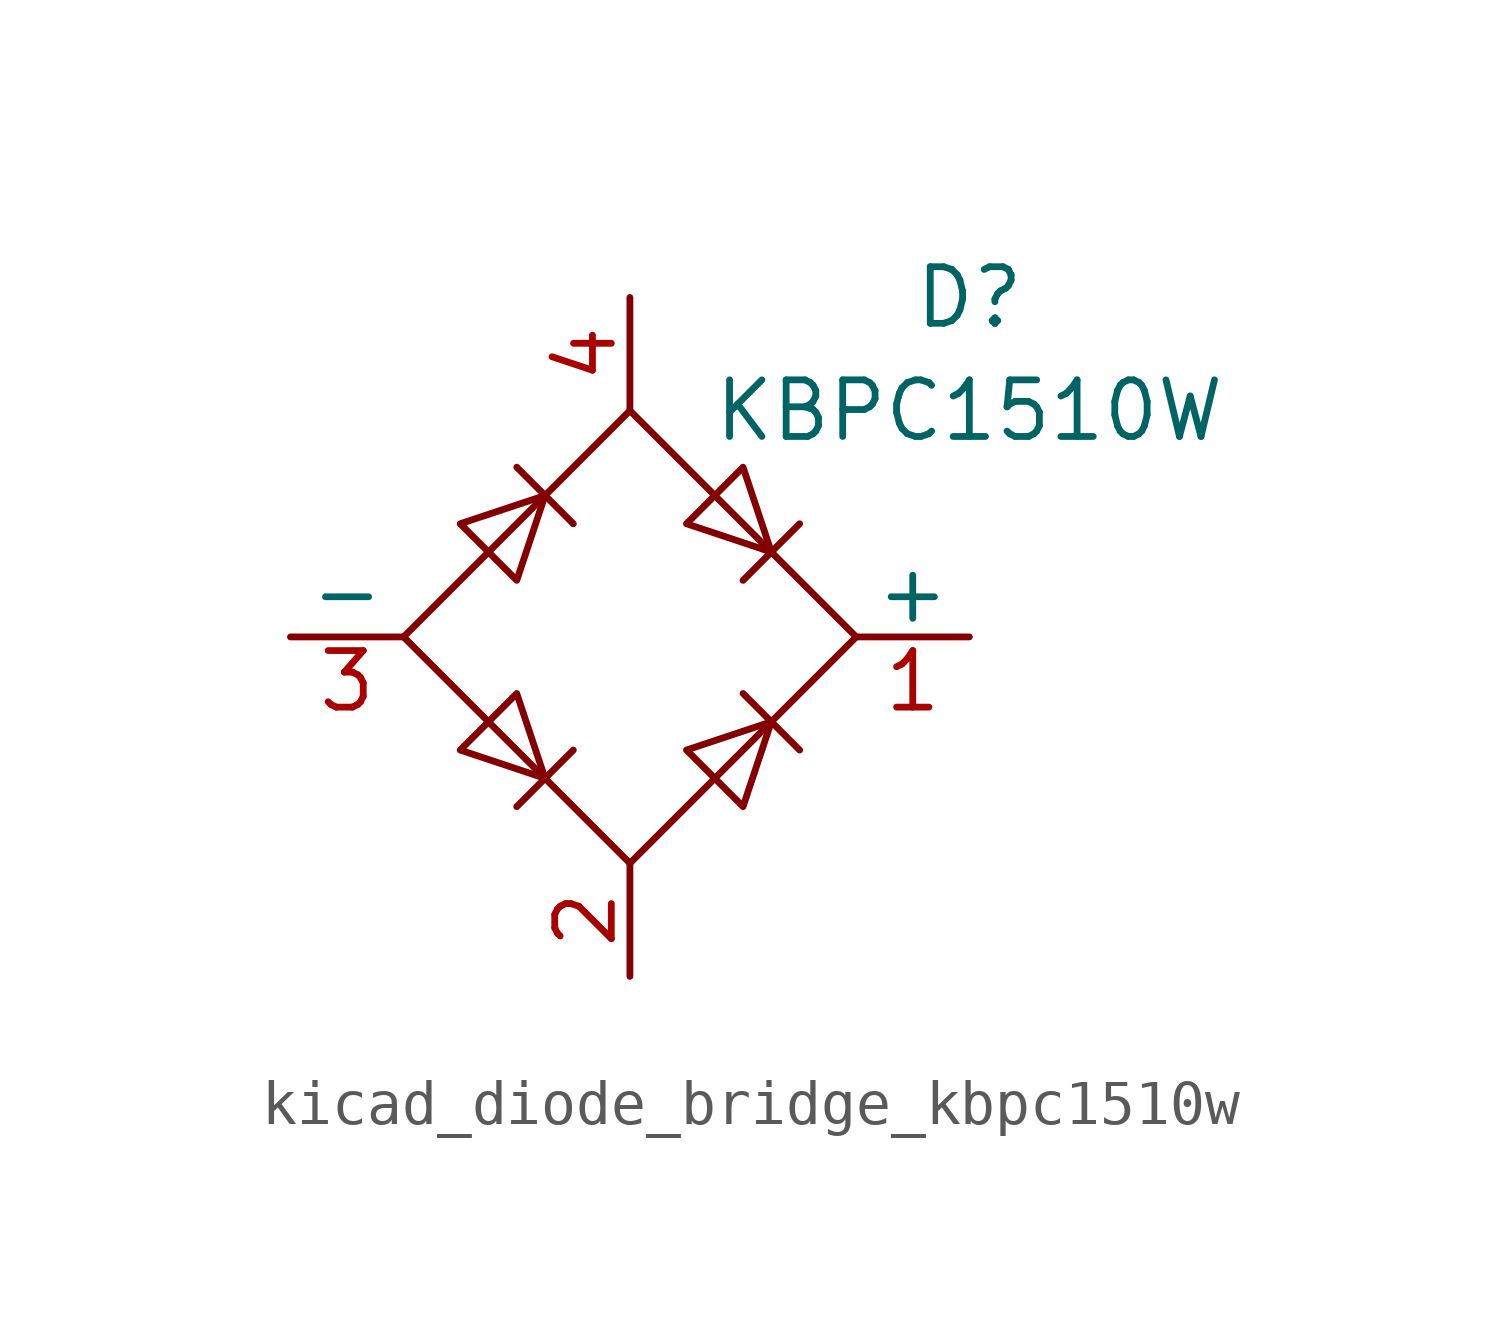
<source format=kicad_sym>
(kicad_symbol_lib
  (version 20220914)
  (generator kicad_symbol_editor)
  (symbol "kicad_diode_bridge_kbpc1510w"
    (pin_names
      (offset 0))
    (property "Reference" "D"
      (at 7.62 7.62 0)
      (effects (font (size 1.27 1.27))))
    (property "Value" "KBPC1510W"
      (at 7.62 5.08 0)
      (effects (font (size 1.27 1.27))))
    (symbol "kicad_diode_bridge_kbpc1510w_0_1"
      (polyline (pts (xy -2.54 3.81) (xy -1.27 2.54)) (stroke (width 0) (type default)) (fill (type none)))
      (polyline (pts (xy -1.27 -2.54) (xy -2.54 -3.81)) (stroke (width 0) (type default)) (fill (type none)))
      (polyline (pts (xy 2.54 -1.27) (xy 3.81 -2.54)) (stroke (width 0) (type default)) (fill (type none)))
      (polyline (pts (xy 2.54 1.27) (xy 3.81 2.54)) (stroke (width 0) (type default)) (fill (type none)))
      (polyline (pts (xy -3.81 2.54) (xy -2.54 1.27) (xy -1.905 3.175) (xy -3.81 2.54)) (stroke (width 0) (type default)) (fill (type none)))
      (polyline (pts (xy -2.54 -1.27) (xy -3.81 -2.54) (xy -1.905 -3.175) (xy -2.54 -1.27)) (stroke (width 0) (type default)) (fill (type none)))
      (polyline (pts (xy 1.27 2.54) (xy 2.54 3.81) (xy 3.175 1.905) (xy 1.27 2.54)) (stroke (width 0) (type default)) (fill (type none)))
      (polyline (pts (xy 3.175 -1.905) (xy 1.27 -2.54) (xy 2.54 -3.81) (xy 3.175 -1.905)) (stroke (width 0) (type default)) (fill (type none)))
      (polyline (pts (xy -5.08 0) (xy 0 -5.08) (xy 5.08 0) (xy 0 5.08) (xy -5.08 0)) (stroke (width 0) (type default)) (fill (type none))))
    (symbol "kicad_diode_bridge_kbpc1510w_1_1"
      (pin passive line (at 7.62 0 180) (length 2.54) (name "+" (effects (font (size 1.27 1.27)))) (number "1" (effects (font (size 1.27 1.27)))))
      (pin passive line (at 0 -7.62 90) (length 2.54) (name "~" (effects (font (size 1.27 1.27)))) (number "2" (effects (font (size 1.27 1.27)))))
      (pin passive line (at -7.62 0 0) (length 2.54) (name "-" (effects (font (size 1.27 1.27)))) (number "3" (effects (font (size 1.27 1.27)))))
      (pin passive line (at 0 7.62 270) (length 2.54) (name "~" (effects (font (size 1.27 1.27)))) (number "4" (effects (font (size 1.27 1.27))))))))
</source>
